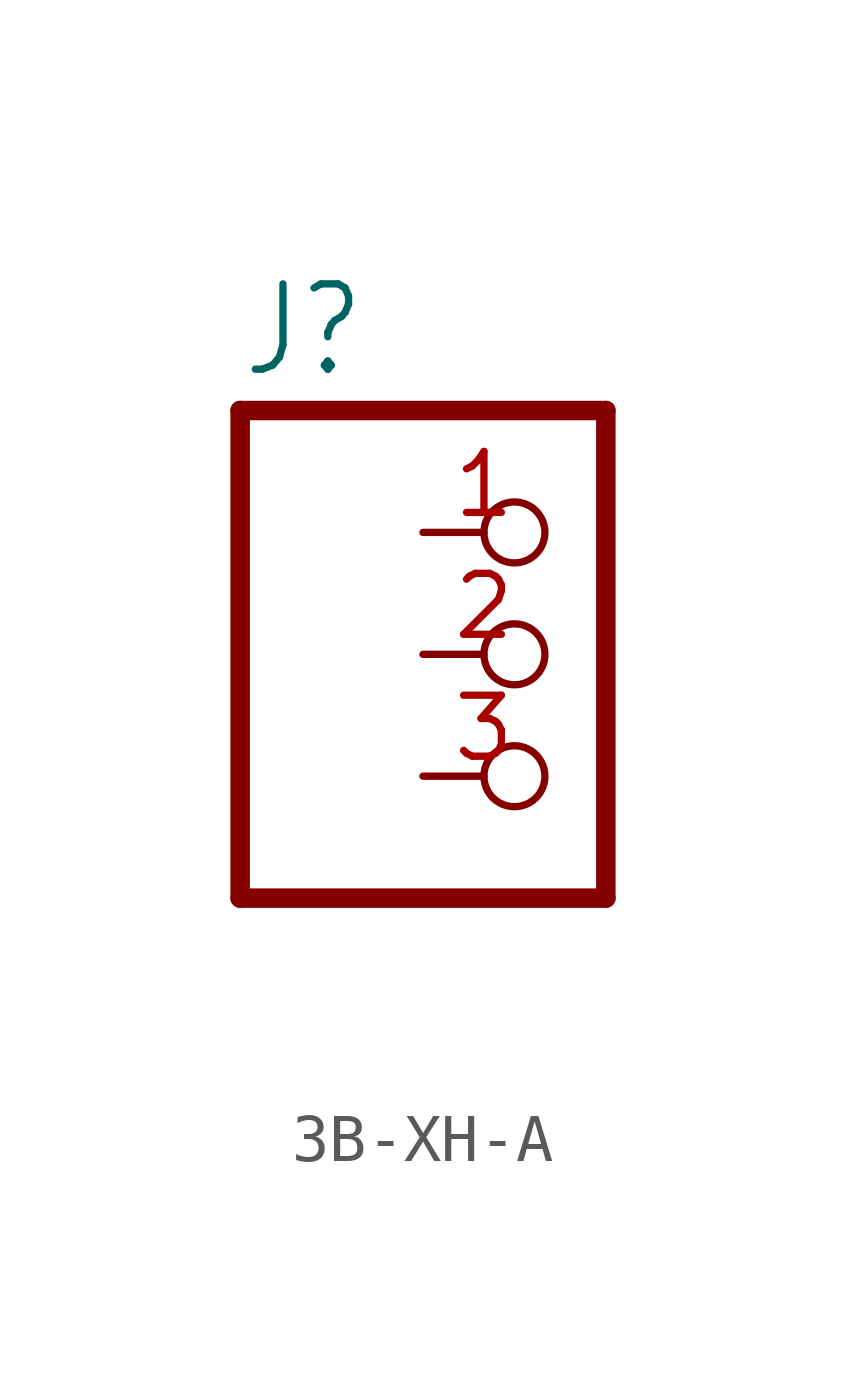
<source format=kicad_sym>
(kicad_symbol_lib
  (version 20231120)
  (generator "kicad_symbol_editor")
  (generator_version "8.0")
  (symbol "3B-XH-A"
    (property "Reference" "J"
      (at -6.35 5.715 0)
      (effects (font (size 1.778 1.511)) (justify left bottom)))
    (property "Value" ""
      (at -6.35 -7.62 0)
      (effects (font (size 1.778 1.511)) (justify left bottom)))
    (property "ki_locked" ""
      (at 0 0 0)
      (effects (font (size 1.27 1.27))))
    (symbol "3B-XH-A_1_0"
      (polyline (pts (xy -6.35 -5.08) (xy 1.27 -5.08)) (stroke (width 0.406) (type solid)) (fill (type none)))
      (polyline (pts (xy -6.35 5.08) (xy -6.35 -5.08)) (stroke (width 0.406) (type solid)) (fill (type none)))
      (polyline (pts (xy 1.27 -5.08) (xy 1.27 5.08)) (stroke (width 0.406) (type solid)) (fill (type none)))
      (polyline (pts (xy 1.27 5.08) (xy -6.35 5.08)) (stroke (width 0.406) (type solid)) (fill (type none)))
      (pin passive inverted (at -2.54 2.54 0) (length 2.54) (name "1" (effects (font (size 0 0)))) (number "1" (effects (font (size 1.27 1.27)))))
      (pin passive inverted (at -2.54 0 0) (length 2.54) (name "2" (effects (font (size 0 0)))) (number "2" (effects (font (size 1.27 1.27)))))
      (pin passive inverted (at -2.54 -2.54 0) (length 2.54) (name "3" (effects (font (size 0 0)))) (number "3" (effects (font (size 1.27 1.27))))))))
</source>
